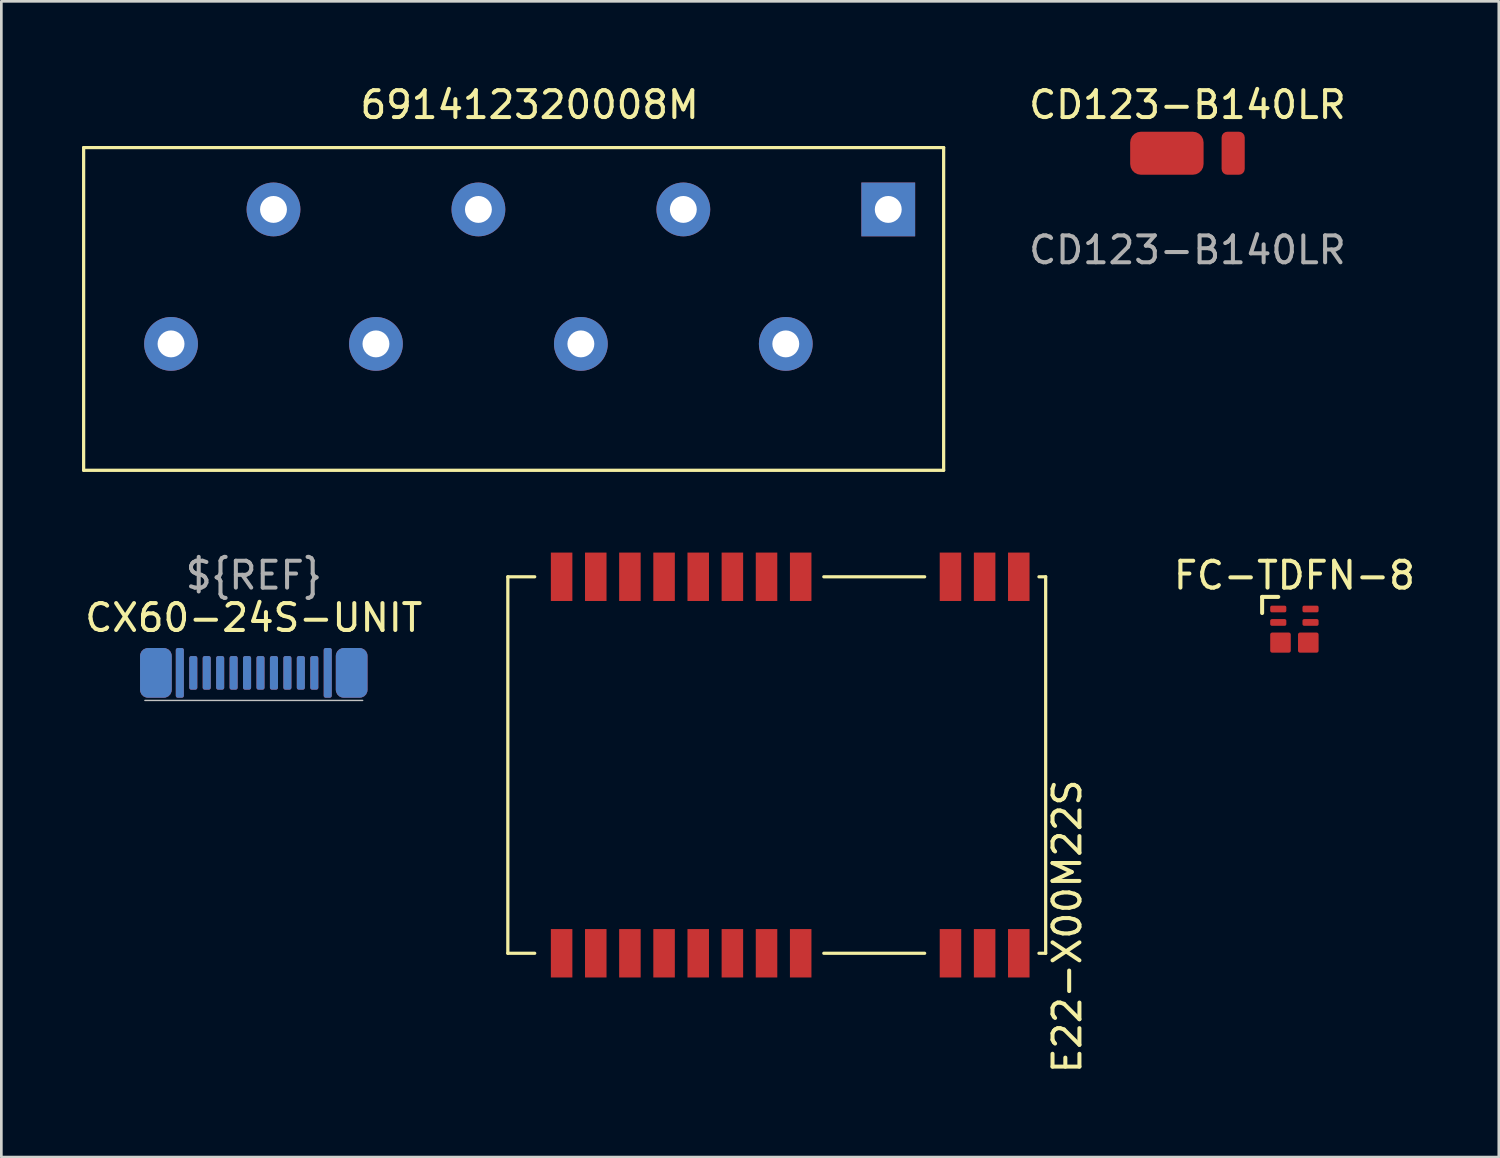
<source format=kicad_pcb>
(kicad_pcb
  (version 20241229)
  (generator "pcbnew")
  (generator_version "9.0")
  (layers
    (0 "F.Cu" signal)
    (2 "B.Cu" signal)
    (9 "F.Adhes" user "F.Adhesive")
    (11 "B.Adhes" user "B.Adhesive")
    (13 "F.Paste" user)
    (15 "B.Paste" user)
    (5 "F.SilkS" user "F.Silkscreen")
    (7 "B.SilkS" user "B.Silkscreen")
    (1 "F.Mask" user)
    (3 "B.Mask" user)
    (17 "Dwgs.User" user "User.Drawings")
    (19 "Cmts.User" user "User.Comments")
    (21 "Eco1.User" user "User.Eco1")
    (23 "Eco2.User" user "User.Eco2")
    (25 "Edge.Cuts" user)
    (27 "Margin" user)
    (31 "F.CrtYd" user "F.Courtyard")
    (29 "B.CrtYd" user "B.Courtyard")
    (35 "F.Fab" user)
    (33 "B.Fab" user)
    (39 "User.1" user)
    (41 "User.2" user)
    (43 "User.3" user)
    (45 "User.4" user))
  (footprint "691412320008M"
    (layer "F.Cu")
    (at 16.645 7.238)
    (property "Reference" "691412320008M" (at 0 -6.39 0) (unlocked yes) (layer "F.SilkS") (effects (font (size 1 1) (thickness 0.15))))
    (attr smd)
    (fp_line (start -16.585 -4.8) (end -16.585 7.2) (stroke (width 0.12) (type solid)) (layer "F.SilkS"))
    (fp_line (start -16.585 7.2) (end 15.395 7.2) (stroke (width 0.12) (type solid)) (layer "F.SilkS"))
    (fp_line (start 15.395 -4.8) (end -16.585 -4.8) (stroke (width 0.12) (type solid)) (layer "F.SilkS"))
    (fp_line (start 15.395 7.2) (end 15.395 -4.8) (stroke (width 0.12) (type solid)) (layer "F.SilkS"))
    (pad "1" thru_hole rect (at 13.335 -2.5) (size 2 2) (drill 1) (layers "*.Cu" "*.Mask"))
    (pad "2" thru_hole circle (at 9.525 2.5) (size 2 2) (drill 1) (layers "*.Cu" "*.Mask"))
    (pad "3" thru_hole circle (at 5.715 -2.5) (size 2 2) (drill 1) (layers "*.Cu" "*.Mask"))
    (pad "4" thru_hole circle (at 1.905 2.5) (size 2 2) (drill 1) (layers "*.Cu" "*.Mask"))
    (pad "5" thru_hole circle (at -1.905 -2.5) (size 2 2) (drill 1) (layers "*.Cu" "*.Mask"))
    (pad "6" thru_hole circle (at -5.715 2.5) (size 2 2) (drill 1) (layers "*.Cu" "*.Mask"))
    (pad "7" thru_hole circle (at -9.525 -2.5) (size 2 2) (drill 1) (layers "*.Cu" "*.Mask"))
    (pad "8" thru_hole circle (at -13.335 2.5) (size 2 2) (drill 1) (layers "*.Cu" "*.Mask")))
  (footprint "FC-TDFN-8"
    (layer "F.Cu")
    (at 45.083 20.346)
    (property "Reference" "FC-TDFN-8" (at 0 -2 0) (unlocked yes) (layer "F.SilkS") (effects (font (size 1 1) (thickness 0.15))))
    (attr smd)
    (fp_line (start -1.2 -1.2) (end -1.2 -0.6) (stroke (width 0.15) (type solid)) (layer "F.SilkS"))
    (fp_line (start -1.2 -1.2) (end -0.6 -1.2) (stroke (width 0.15) (type solid)) (layer "F.SilkS"))
    (pad "1" smd roundrect (at -0.6 -0.75) (size 0.6 0.25) (layers "F.Cu" "F.Mask" "F.Paste") (roundrect_rratio 0.25))
    (pad "2" smd roundrect (at -0.6 -0.25) (size 0.6 0.25) (layers "F.Cu" "F.Mask" "F.Paste") (roundrect_rratio 0.25))
    (pad "3" smd roundrect (at -0.517 0.5) (size 0.765 0.75) (layers "F.Cu" "F.Mask" "F.Paste") (roundrect_rratio 0.1))
    (pad "5" smd roundrect (at 0.517 0.5) (size 0.765 0.75) (layers "F.Cu" "F.Mask" "F.Paste") (roundrect_rratio 0.1))
    (pad "7" smd roundrect (at 0.6 -0.25) (size 0.6 0.25) (layers "F.Cu" "F.Mask" "F.Paste") (roundrect_rratio 0.25))
    (pad "8" smd roundrect (at 0.6 -0.75) (size 0.6 0.25) (layers "F.Cu" "F.Mask" "F.Paste") (roundrect_rratio 0.25)))
  (footprint "CD123-B140LR"
    (layer "F.Cu")
    (at 41.106 2.648)
    (property "Reference" "CD123-B140LR" (at 0 -1.8 0) (unlocked yes) (layer "F.SilkS") (effects (font (size 1 1) (thickness 0.15))))
    (attr smd)
    (fp_text user "${REFERENCE}" (at 0 3.6 0) (unlocked yes) (layer "F.Fab") (effects (font (size 1 1) (thickness 0.15))))
    (pad "1" smd roundrect (at -0.765 0) (size 2.73 1.6) (layers "F.Cu" "F.Mask" "F.Paste") (roundrect_rratio 0.25))
    (pad "2" smd roundrect (at 1.7 0) (size 0.86 1.6) (layers "F.Cu" "F.Mask" "F.Paste") (roundrect_rratio 0.25)))
  (footprint "E22-X00M22S"
    (layer "F.Cu")
    (at 34.834 18.398)
    (property "Reference" "E22-X00M22S" (at 1.8 13 90) (layer "F.SilkS") (effects (font (size 1 1) (thickness 0.15))))
    (attr through_hole)
    (fp_line (start -19 0) (end -18 0) (stroke (width 0.12) (type solid)) (layer "F.SilkS"))
    (fp_line (start -19 14) (end -19 0) (stroke (width 0.12) (type solid)) (layer "F.SilkS"))
    (fp_line (start -19 14) (end -18 14) (stroke (width 0.12) (type solid)) (layer "F.SilkS"))
    (fp_line (start -7.25 0) (end -3.5 0) (stroke (width 0.12) (type solid)) (layer "F.SilkS"))
    (fp_line (start -7.25 14) (end -3.5 14) (stroke (width 0.12) (type solid)) (layer "F.SilkS"))
    (fp_line (start 0.75 0) (end 1 0) (stroke (width 0.12) (type solid)) (layer "F.SilkS"))
    (fp_line (start 0.75 14) (end 1 14) (stroke (width 0.12) (type solid)) (layer "F.SilkS"))
    (fp_line (start 1 0) (end 1 14) (stroke (width 0.12) (type solid)) (layer "F.SilkS"))
    (pad "1" smd rect (at 0 0) (size 0.8 1.8) (layers "F.Cu" "F.Mask" "F.Paste"))
    (pad "2" smd rect (at -1.27 0) (size 0.8 1.8) (layers "F.Cu" "F.Mask" "F.Paste"))
    (pad "3" smd rect (at -2.54 0) (size 0.8 1.8) (layers "F.Cu" "F.Mask" "F.Paste"))
    (pad "4" smd rect (at -8.11 0) (size 0.8 1.8) (layers "F.Cu" "F.Mask" "F.Paste"))
    (pad "5" smd rect (at -9.38 0) (size 0.8 1.8) (layers "F.Cu" "F.Mask" "F.Paste"))
    (pad "6" smd rect (at -10.65 0) (size 0.8 1.8) (layers "F.Cu" "F.Mask" "F.Paste"))
    (pad "7" smd rect (at -11.92 0) (size 0.8 1.8) (layers "F.Cu" "F.Mask" "F.Paste"))
    (pad "8" smd rect (at -13.19 0) (size 0.8 1.8) (layers "F.Cu" "F.Mask" "F.Paste"))
    (pad "9" smd rect (at -14.46 0) (size 0.8 1.8) (layers "F.Cu" "F.Mask" "F.Paste"))
    (pad "10" smd rect (at -15.73 0) (size 0.8 1.8) (layers "F.Cu" "F.Mask" "F.Paste"))
    (pad "11" smd rect (at -17 0) (size 0.8 1.8) (layers "F.Cu" "F.Mask" "F.Paste"))
    (pad "12" smd rect (at -17 14) (size 0.8 1.8) (layers "F.Cu" "F.Mask" "F.Paste"))
    (pad "13" smd rect (at -15.73 14) (size 0.8 1.8) (layers "F.Cu" "F.Mask" "F.Paste"))
    (pad "14" smd rect (at -14.46 14) (size 0.8 1.8) (layers "F.Cu" "F.Mask" "F.Paste"))
    (pad "15" smd rect (at -13.19 14) (size 0.8 1.8) (layers "F.Cu" "F.Mask" "F.Paste"))
    (pad "16" smd rect (at -11.92 14) (size 0.8 1.8) (layers "F.Cu" "F.Mask" "F.Paste"))
    (pad "17" smd rect (at -10.65 14) (size 0.8 1.8) (layers "F.Cu" "F.Mask" "F.Paste"))
    (pad "18" smd rect (at -9.38 14) (size 0.8 1.8) (layers "F.Cu" "F.Mask" "F.Paste"))
    (pad "19" smd rect (at -8.11 14) (size 0.8 1.8) (layers "F.Cu" "F.Mask" "F.Paste"))
    (pad "20" smd rect (at -2.54 14) (size 0.8 1.8) (layers "F.Cu" "F.Mask" "F.Paste"))
    (pad "21" smd rect (at -1.27 14) (size 0.8 1.8) (layers "F.Cu" "F.Mask" "F.Paste"))
    (pad "22" smd rect (at 0 14) (size 0.8 1.8) (layers "F.Cu" "F.Mask" "F.Paste")))
  (footprint "CX60-24S-UNIT"
    (layer "F.Cu")
    (at 6.387 21.971)
    (property "Reference" "CX60-24S-UNIT" (at 0 -2.05 0) (unlocked yes) (layer "F.SilkS") (effects (font (size 1 1) (thickness 0.15))))
    (attr smd)
    (fp_line (start 4.05 1.025) (end -4.05 1.025) (stroke (width 0.05) (type solid)) (layer "Dwgs.User"))
    (fp_text user "${REF}" (at 0 -3.625 0) (unlocked yes) (layer "F.Fab") (effects (font (size 1 1) (thickness 0.15))))
    (pad "" smd roundrect (at -0.25 0 180) (size 0.3 1.25) (layers "B.Cu" "B.Mask" "B.Paste") (roundrect_rratio 0.25))
    (pad "" smd roundrect (at 0.25 0 180) (size 0.3 1.25) (layers "B.Cu" "B.Mask" "B.Paste") (roundrect_rratio 0.25))
    (pad "A1" smd roundrect (at 2.75 0 180) (size 0.3 1.85) (layers "F.Cu" "F.Mask" "F.Paste") (roundrect_rratio 0.25))
    (pad "A2" smd roundrect (at 2.25 0 180) (size 0.3 1.25) (layers "F.Cu" "F.Mask" "F.Paste") (roundrect_rratio 0.25))
    (pad "A3" smd roundrect (at 1.75 0 180) (size 0.3 1.25) (layers "F.Cu" "F.Mask" "F.Paste") (roundrect_rratio 0.25))
    (pad "A4" smd roundrect (at 1.25 0 180) (size 0.3 1.25) (layers "F.Cu" "F.Mask" "F.Paste") (roundrect_rratio 0.25))
    (pad "A5" smd roundrect (at 0.75 0 180) (size 0.3 1.25) (layers "F.Cu" "F.Mask" "F.Paste") (roundrect_rratio 0.25))
    (pad "A6" smd roundrect (at 0.25 0 180) (size 0.3 1.25) (layers "F.Cu" "F.Mask" "F.Paste") (roundrect_rratio 0.25))
    (pad "A7" smd roundrect (at -0.25 0 180) (size 0.3 1.25) (layers "F.Cu" "F.Mask" "F.Paste") (roundrect_rratio 0.25))
    (pad "A8" smd roundrect (at -0.75 0 180) (size 0.3 1.25) (layers "F.Cu" "F.Mask" "F.Paste") (roundrect_rratio 0.25))
    (pad "A9" smd roundrect (at -1.25 0 180) (size 0.3 1.25) (layers "F.Cu" "F.Mask" "F.Paste") (roundrect_rratio 0.25))
    (pad "A10" smd roundrect (at -1.75 0 180) (size 0.3 1.25) (layers "F.Cu" "F.Mask" "F.Paste") (roundrect_rratio 0.25))
    (pad "A11" smd roundrect (at -2.25 0 180) (size 0.3 1.25) (layers "F.Cu" "F.Mask" "F.Paste") (roundrect_rratio 0.25))
    (pad "A12" smd roundrect (at -2.75 0 180) (size 0.3 1.85) (layers "F.Cu" "F.Mask" "F.Paste") (roundrect_rratio 0.25))
    (pad "B1" smd roundrect (at -2.75 0 180) (size 0.3 1.85) (layers "B.Cu" "B.Mask" "B.Paste") (roundrect_rratio 0.25))
    (pad "B2" smd roundrect (at -2.25 0 180) (size 0.3 1.25) (layers "B.Cu" "B.Mask" "B.Paste") (roundrect_rratio 0.25))
    (pad "B3" smd roundrect (at -1.75 0 180) (size 0.3 1.25) (layers "B.Cu" "B.Mask" "B.Paste") (roundrect_rratio 0.25))
    (pad "B4" smd roundrect (at -1.25 0 180) (size 0.3 1.25) (layers "B.Cu" "B.Mask" "B.Paste") (roundrect_rratio 0.25))
    (pad "B5" smd roundrect (at -0.75 0 180) (size 0.3 1.25) (layers "B.Cu" "B.Mask" "B.Paste") (roundrect_rratio 0.25))
    (pad "B8" smd roundrect (at 0.75 0 180) (size 0.3 1.25) (layers "B.Cu" "B.Mask" "B.Paste") (roundrect_rratio 0.25))
    (pad "B9" smd roundrect (at 1.25 0 180) (size 0.3 1.25) (layers "B.Cu" "B.Mask" "B.Paste") (roundrect_rratio 0.25))
    (pad "B10" smd roundrect (at 1.75 0 180) (size 0.3 1.25) (layers "B.Cu" "B.Mask" "B.Paste") (roundrect_rratio 0.25))
    (pad "B11" smd roundrect (at 2.25 0 180) (size 0.3 1.25) (layers "B.Cu" "B.Mask" "B.Paste") (roundrect_rratio 0.25))
    (pad "B12" smd roundrect (at 2.75 0 180) (size 0.3 1.85) (layers "B.Cu" "B.Mask" "B.Paste") (roundrect_rratio 0.25))
    (pad "S1" smd roundrect (at -3.64 0 180) (size 1.18 1.85) (layers "F.Cu" "F.Mask" "F.Paste") (roundrect_rratio 0.25))
    (pad "S1" smd roundrect (at -3.64 0 180) (size 1.18 1.85) (layers "B.Cu" "B.Mask" "B.Paste") (roundrect_rratio 0.25))
    (pad "S1" smd roundrect (at 3.64 0 180) (size 1.18 1.85) (layers "F.Cu" "F.Mask" "F.Paste") (roundrect_rratio 0.25))
    (pad "S1" smd roundrect (at 3.64 0 180) (size 1.18 1.85) (layers "B.Cu" "B.Mask" "B.Paste") (roundrect_rratio 0.25)))
  (gr_rect
    (start -3 -3)
    (end 52.684 39.976)
    (stroke (width 0.1) (type default))
    (fill no)
    (layer "Edge.Cuts")))
</source>
